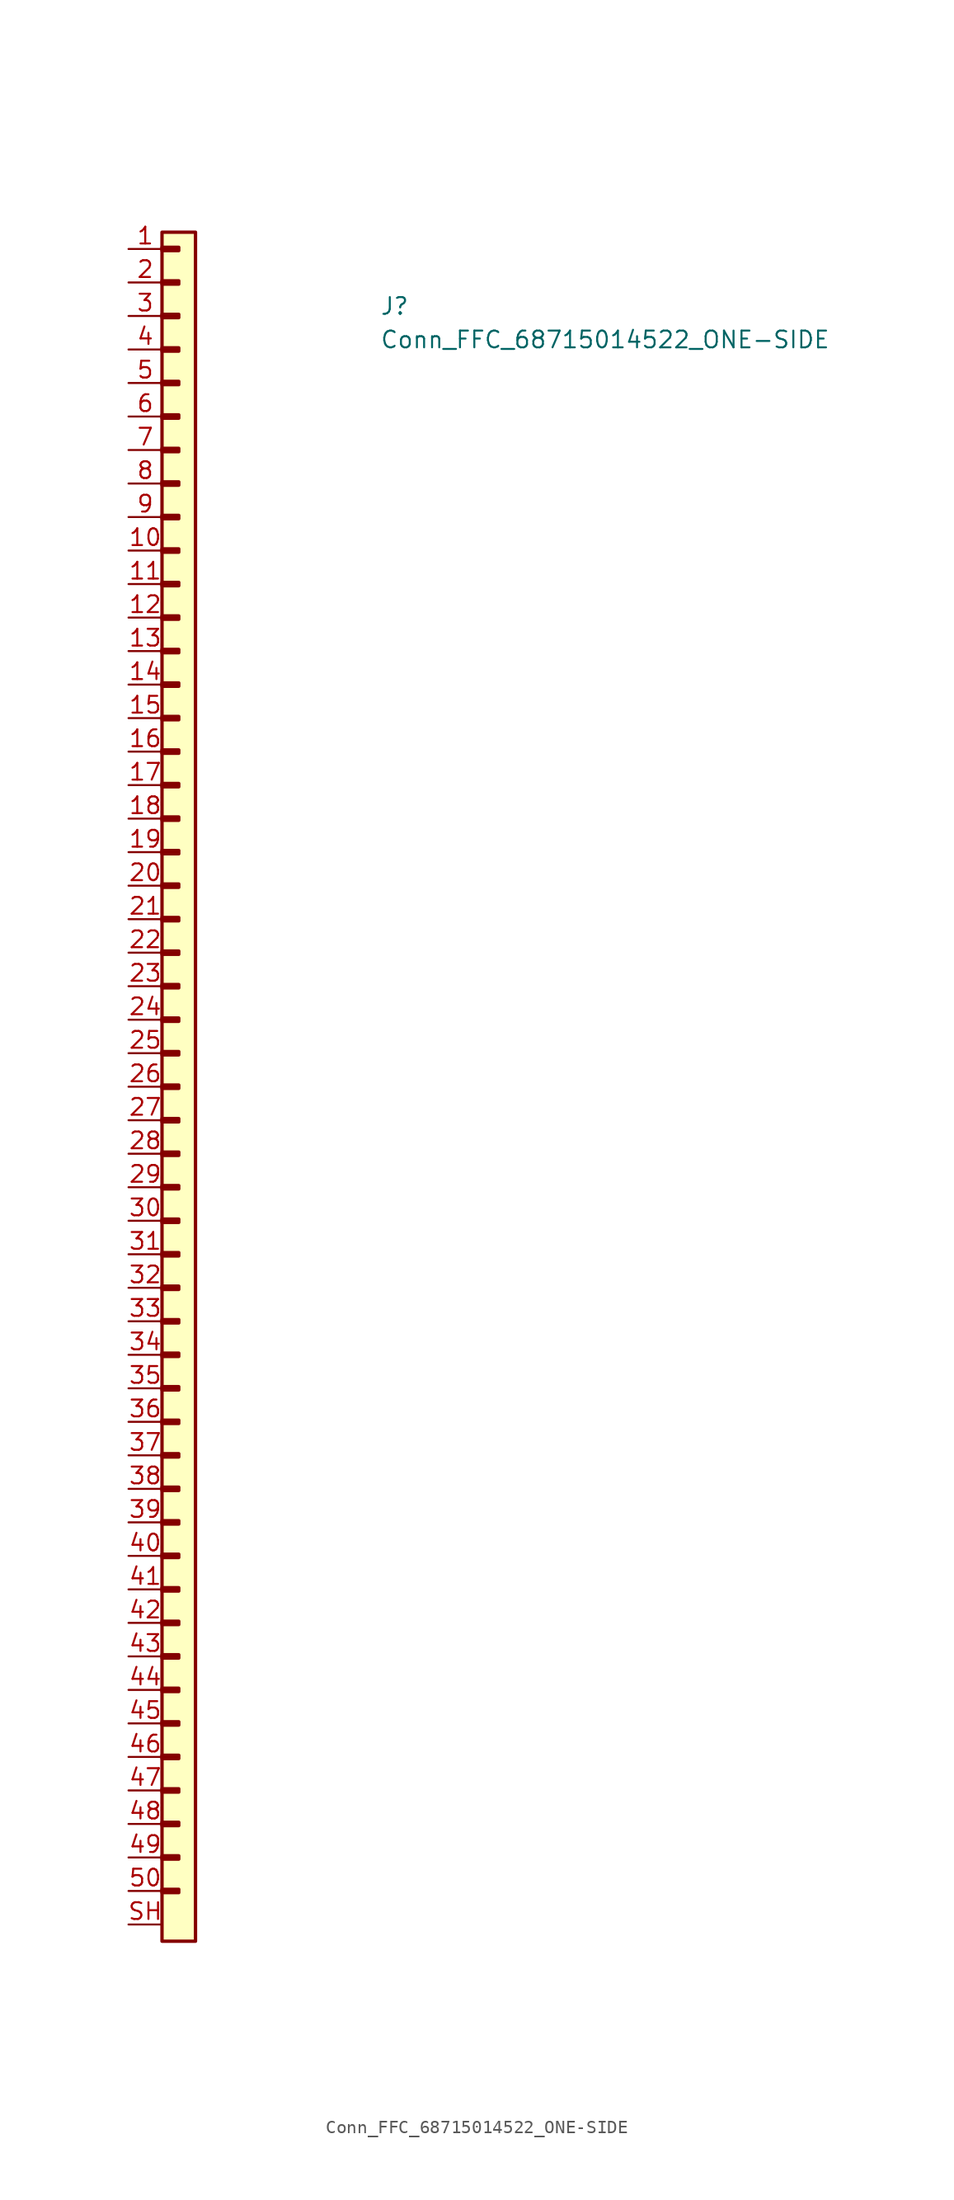
<source format=kicad_sym>
(kicad_symbol_lib
  (version 20211014)
  (generator kicad_symbol_editor)
  (symbol "Conn_FFC_68715014522_ONE-SIDE"
    (pin_names hide)
    (property "Reference" "J"
      (at 19.05 -5.08 0)
      (effects (font (size 1.27 1.27) (thickness 0.15)) (justify left bottom)))
    (property "Value" "Conn_FFC_68715014522_ONE-SIDE"
      (at 19.05 -7.62 0)
      (effects (font (size 1.27 1.27) (thickness 0.15)) (justify left bottom)))
    (symbol "Conn_FFC_68715014522_ONE-SIDE_1_1"
      (rectangle (start 2.54 -124.333) (end 3.81 -124.587) (stroke (width 0.254) (type default) (color 0 0 0 0)) (fill (type background)))
      (rectangle (start 2.54 -121.793) (end 3.81 -122.047) (stroke (width 0.254) (type default) (color 0 0 0 0)) (fill (type background)))
      (rectangle (start 2.54 -119.253) (end 3.81 -119.507) (stroke (width 0.254) (type default) (color 0 0 0 0)) (fill (type background)))
      (rectangle (start 2.54 -116.713) (end 3.81 -116.967) (stroke (width 0.254) (type default) (color 0 0 0 0)) (fill (type background)))
      (rectangle (start 2.54 -114.173) (end 3.81 -114.427) (stroke (width 0.254) (type default) (color 0 0 0 0)) (fill (type background)))
      (rectangle (start 2.54 -111.633) (end 3.81 -111.887) (stroke (width 0.254) (type default) (color 0 0 0 0)) (fill (type background)))
      (rectangle (start 2.54 -109.093) (end 3.81 -109.347) (stroke (width 0.254) (type default) (color 0 0 0 0)) (fill (type background)))
      (rectangle (start 2.54 -106.553) (end 3.81 -106.807) (stroke (width 0.254) (type default) (color 0 0 0 0)) (fill (type background)))
      (rectangle (start 2.54 -104.013) (end 3.81 -104.267) (stroke (width 0.254) (type default) (color 0 0 0 0)) (fill (type background)))
      (rectangle (start 2.54 -101.473) (end 3.81 -101.727) (stroke (width 0.254) (type default) (color 0 0 0 0)) (fill (type background)))
      (rectangle (start 2.54 -98.933) (end 3.81 -99.187) (stroke (width 0.254) (type default) (color 0 0 0 0)) (fill (type background)))
      (rectangle (start 2.54 -96.393) (end 3.81 -96.647) (stroke (width 0.254) (type default) (color 0 0 0 0)) (fill (type background)))
      (rectangle (start 2.54 -93.853) (end 3.81 -94.107) (stroke (width 0.254) (type default) (color 0 0 0 0)) (fill (type background)))
      (rectangle (start 2.54 -91.313) (end 3.81 -91.567) (stroke (width 0.254) (type default) (color 0 0 0 0)) (fill (type background)))
      (rectangle (start 2.54 -88.773) (end 3.81 -89.027) (stroke (width 0.254) (type default) (color 0 0 0 0)) (fill (type background)))
      (rectangle (start 2.54 -86.233) (end 3.81 -86.487) (stroke (width 0.254) (type default) (color 0 0 0 0)) (fill (type background)))
      (rectangle (start 2.54 -83.693) (end 3.81 -83.947) (stroke (width 0.254) (type default) (color 0 0 0 0)) (fill (type background)))
      (rectangle (start 2.54 -81.153) (end 3.81 -81.407) (stroke (width 0.254) (type default) (color 0 0 0 0)) (fill (type background)))
      (rectangle (start 2.54 -78.613) (end 3.81 -78.867) (stroke (width 0.254) (type default) (color 0 0 0 0)) (fill (type background)))
      (rectangle (start 2.54 -76.073) (end 3.81 -76.327) (stroke (width 0.254) (type default) (color 0 0 0 0)) (fill (type background)))
      (rectangle (start 2.54 -73.533) (end 3.81 -73.787) (stroke (width 0.254) (type default) (color 0 0 0 0)) (fill (type background)))
      (rectangle (start 2.54 -70.993) (end 3.81 -71.247) (stroke (width 0.254) (type default) (color 0 0 0 0)) (fill (type background)))
      (rectangle (start 2.54 -68.453) (end 3.81 -68.707) (stroke (width 0.254) (type default) (color 0 0 0 0)) (fill (type background)))
      (rectangle (start 2.54 -65.913) (end 3.81 -66.167) (stroke (width 0.254) (type default) (color 0 0 0 0)) (fill (type background)))
      (rectangle (start 2.54 -63.373) (end 3.81 -63.627) (stroke (width 0.254) (type default) (color 0 0 0 0)) (fill (type background)))
      (rectangle (start 2.54 -60.833) (end 3.81 -61.087) (stroke (width 0.254) (type default) (color 0 0 0 0)) (fill (type background)))
      (rectangle (start 2.54 -58.293) (end 3.81 -58.547) (stroke (width 0.254) (type default) (color 0 0 0 0)) (fill (type background)))
      (rectangle (start 2.54 -55.753) (end 3.81 -56.007) (stroke (width 0.254) (type default) (color 0 0 0 0)) (fill (type background)))
      (rectangle (start 2.54 -53.213) (end 3.81 -53.467) (stroke (width 0.254) (type default) (color 0 0 0 0)) (fill (type background)))
      (rectangle (start 2.54 -50.673) (end 3.81 -50.927) (stroke (width 0.254) (type default) (color 0 0 0 0)) (fill (type background)))
      (rectangle (start 2.54 -48.133) (end 3.81 -48.387) (stroke (width 0.254) (type default) (color 0 0 0 0)) (fill (type background)))
      (rectangle (start 2.54 -45.593) (end 3.81 -45.847) (stroke (width 0.254) (type default) (color 0 0 0 0)) (fill (type background)))
      (rectangle (start 2.54 -43.053) (end 3.81 -43.307) (stroke (width 0.254) (type default) (color 0 0 0 0)) (fill (type background)))
      (rectangle (start 2.54 -40.513) (end 3.81 -40.767) (stroke (width 0.254) (type default) (color 0 0 0 0)) (fill (type background)))
      (rectangle (start 2.54 -37.973) (end 3.81 -38.227) (stroke (width 0.254) (type default) (color 0 0 0 0)) (fill (type background)))
      (rectangle (start 2.54 -35.433) (end 3.81 -35.687) (stroke (width 0.254) (type default) (color 0 0 0 0)) (fill (type background)))
      (rectangle (start 2.54 -32.893) (end 3.81 -33.147) (stroke (width 0.254) (type default) (color 0 0 0 0)) (fill (type background)))
      (rectangle (start 2.54 -30.353) (end 3.81 -30.607) (stroke (width 0.254) (type default) (color 0 0 0 0)) (fill (type background)))
      (rectangle (start 2.54 -27.813) (end 3.81 -28.067) (stroke (width 0.254) (type default) (color 0 0 0 0)) (fill (type background)))
      (rectangle (start 2.54 -25.273) (end 3.81 -25.527) (stroke (width 0.254) (type default) (color 0 0 0 0)) (fill (type background)))
      (rectangle (start 2.54 -22.733) (end 3.81 -22.987) (stroke (width 0.254) (type default) (color 0 0 0 0)) (fill (type background)))
      (rectangle (start 2.54 -20.193) (end 3.81 -20.447) (stroke (width 0.254) (type default) (color 0 0 0 0)) (fill (type background)))
      (rectangle (start 2.54 -17.653) (end 3.81 -17.907) (stroke (width 0.254) (type default) (color 0 0 0 0)) (fill (type background)))
      (rectangle (start 2.54 -15.113) (end 3.81 -15.367) (stroke (width 0.254) (type default) (color 0 0 0 0)) (fill (type background)))
      (rectangle (start 2.54 -12.573) (end 3.81 -12.827) (stroke (width 0.254) (type default) (color 0 0 0 0)) (fill (type background)))
      (rectangle (start 2.54 -10.033) (end 3.81 -10.287) (stroke (width 0.254) (type default) (color 0 0 0 0)) (fill (type background)))
      (rectangle (start 2.54 -7.493) (end 3.81 -7.747) (stroke (width 0.254) (type default) (color 0 0 0 0)) (fill (type background)))
      (rectangle (start 2.54 -4.953) (end 3.81 -5.207) (stroke (width 0.254) (type default) (color 0 0 0 0)) (fill (type background)))
      (rectangle (start 2.54 -2.413) (end 3.81 -2.667) (stroke (width 0.254) (type default) (color 0 0 0 0)) (fill (type background)))
      (rectangle (start 2.54 0.127) (end 3.81 -0.127) (stroke (width 0.254) (type default) (color 0 0 0 0)) (fill (type background)))
      (rectangle (start 2.54 1.27) (end 5.08 -128.27) (stroke (width 0.254) (type default) (color 0 0 0 0)) (fill (type background)))
      (pin passive line (at 0 0 0) (length 2.54) (name "~" (effects (font (size 1.27 1.27)))) (number "1" (effects (font (size 1.27 1.27)))))
      (pin passive line (at 0 -22.86 0) (length 2.54) (name "~" (effects (font (size 1.27 1.27)))) (number "10" (effects (font (size 1.27 1.27)))))
      (pin passive line (at 0 -25.4 0) (length 2.54) (name "~" (effects (font (size 1.27 1.27)))) (number "11" (effects (font (size 1.27 1.27)))))
      (pin passive line (at 0 -27.94 0) (length 2.54) (name "~" (effects (font (size 1.27 1.27)))) (number "12" (effects (font (size 1.27 1.27)))))
      (pin passive line (at 0 -30.48 0) (length 2.54) (name "~" (effects (font (size 1.27 1.27)))) (number "13" (effects (font (size 1.27 1.27)))))
      (pin passive line (at 0 -33.02 0) (length 2.54) (name "~" (effects (font (size 1.27 1.27)))) (number "14" (effects (font (size 1.27 1.27)))))
      (pin passive line (at 0 -35.56 0) (length 2.54) (name "~" (effects (font (size 1.27 1.27)))) (number "15" (effects (font (size 1.27 1.27)))))
      (pin passive line (at 0 -38.1 0) (length 2.54) (name "~" (effects (font (size 1.27 1.27)))) (number "16" (effects (font (size 1.27 1.27)))))
      (pin passive line (at 0 -40.64 0) (length 2.54) (name "~" (effects (font (size 1.27 1.27)))) (number "17" (effects (font (size 1.27 1.27)))))
      (pin passive line (at 0 -43.18 0) (length 2.54) (name "~" (effects (font (size 1.27 1.27)))) (number "18" (effects (font (size 1.27 1.27)))))
      (pin passive line (at 0 -45.72 0) (length 2.54) (name "~" (effects (font (size 1.27 1.27)))) (number "19" (effects (font (size 1.27 1.27)))))
      (pin passive line (at 0 -2.54 0) (length 2.54) (name "~" (effects (font (size 1.27 1.27)))) (number "2" (effects (font (size 1.27 1.27)))))
      (pin passive line (at 0 -48.26 0) (length 2.54) (name "~" (effects (font (size 1.27 1.27)))) (number "20" (effects (font (size 1.27 1.27)))))
      (pin passive line (at 0 -50.8 0) (length 2.54) (name "~" (effects (font (size 1.27 1.27)))) (number "21" (effects (font (size 1.27 1.27)))))
      (pin passive line (at 0 -53.34 0) (length 2.54) (name "~" (effects (font (size 1.27 1.27)))) (number "22" (effects (font (size 1.27 1.27)))))
      (pin passive line (at 0 -55.88 0) (length 2.54) (name "~" (effects (font (size 1.27 1.27)))) (number "23" (effects (font (size 1.27 1.27)))))
      (pin passive line (at 0 -58.42 0) (length 2.54) (name "~" (effects (font (size 1.27 1.27)))) (number "24" (effects (font (size 1.27 1.27)))))
      (pin passive line (at 0 -60.96 0) (length 2.54) (name "~" (effects (font (size 1.27 1.27)))) (number "25" (effects (font (size 1.27 1.27)))))
      (pin passive line (at 0 -63.5 0) (length 2.54) (name "~" (effects (font (size 1.27 1.27)))) (number "26" (effects (font (size 1.27 1.27)))))
      (pin passive line (at 0 -66.04 0) (length 2.54) (name "~" (effects (font (size 1.27 1.27)))) (number "27" (effects (font (size 1.27 1.27)))))
      (pin passive line (at 0 -68.58 0) (length 2.54) (name "~" (effects (font (size 1.27 1.27)))) (number "28" (effects (font (size 1.27 1.27)))))
      (pin passive line (at 0 -71.12 0) (length 2.54) (name "~" (effects (font (size 1.27 1.27)))) (number "29" (effects (font (size 1.27 1.27)))))
      (pin passive line (at 0 -5.08 0) (length 2.54) (name "~" (effects (font (size 1.27 1.27)))) (number "3" (effects (font (size 1.27 1.27)))))
      (pin passive line (at 0 -73.66 0) (length 2.54) (name "~" (effects (font (size 1.27 1.27)))) (number "30" (effects (font (size 1.27 1.27)))))
      (pin passive line (at 0 -76.2 0) (length 2.54) (name "~" (effects (font (size 1.27 1.27)))) (number "31" (effects (font (size 1.27 1.27)))))
      (pin passive line (at 0 -78.74 0) (length 2.54) (name "~" (effects (font (size 1.27 1.27)))) (number "32" (effects (font (size 1.27 1.27)))))
      (pin passive line (at 0 -81.28 0) (length 2.54) (name "~" (effects (font (size 1.27 1.27)))) (number "33" (effects (font (size 1.27 1.27)))))
      (pin passive line (at 0 -83.82 0) (length 2.54) (name "~" (effects (font (size 1.27 1.27)))) (number "34" (effects (font (size 1.27 1.27)))))
      (pin passive line (at 0 -86.36 0) (length 2.54) (name "~" (effects (font (size 1.27 1.27)))) (number "35" (effects (font (size 1.27 1.27)))))
      (pin passive line (at 0 -88.9 0) (length 2.54) (name "~" (effects (font (size 1.27 1.27)))) (number "36" (effects (font (size 1.27 1.27)))))
      (pin passive line (at 0 -91.44 0) (length 2.54) (name "~" (effects (font (size 1.27 1.27)))) (number "37" (effects (font (size 1.27 1.27)))))
      (pin passive line (at 0 -93.98 0) (length 2.54) (name "~" (effects (font (size 1.27 1.27)))) (number "38" (effects (font (size 1.27 1.27)))))
      (pin passive line (at 0 -96.52 0) (length 2.54) (name "~" (effects (font (size 1.27 1.27)))) (number "39" (effects (font (size 1.27 1.27)))))
      (pin passive line (at 0 -7.62 0) (length 2.54) (name "~" (effects (font (size 1.27 1.27)))) (number "4" (effects (font (size 1.27 1.27)))))
      (pin passive line (at 0 -99.06 0) (length 2.54) (name "~" (effects (font (size 1.27 1.27)))) (number "40" (effects (font (size 1.27 1.27)))))
      (pin passive line (at 0 -101.6 0) (length 2.54) (name "~" (effects (font (size 1.27 1.27)))) (number "41" (effects (font (size 1.27 1.27)))))
      (pin passive line (at 0 -104.14 0) (length 2.54) (name "~" (effects (font (size 1.27 1.27)))) (number "42" (effects (font (size 1.27 1.27)))))
      (pin passive line (at 0 -106.68 0) (length 2.54) (name "~" (effects (font (size 1.27 1.27)))) (number "43" (effects (font (size 1.27 1.27)))))
      (pin passive line (at 0 -109.22 0) (length 2.54) (name "~" (effects (font (size 1.27 1.27)))) (number "44" (effects (font (size 1.27 1.27)))))
      (pin passive line (at 0 -111.76 0) (length 2.54) (name "~" (effects (font (size 1.27 1.27)))) (number "45" (effects (font (size 1.27 1.27)))))
      (pin passive line (at 0 -114.3 0) (length 2.54) (name "~" (effects (font (size 1.27 1.27)))) (number "46" (effects (font (size 1.27 1.27)))))
      (pin passive line (at 0 -116.84 0) (length 2.54) (name "~" (effects (font (size 1.27 1.27)))) (number "47" (effects (font (size 1.27 1.27)))))
      (pin passive line (at 0 -119.38 0) (length 2.54) (name "~" (effects (font (size 1.27 1.27)))) (number "48" (effects (font (size 1.27 1.27)))))
      (pin passive line (at 0 -121.92 0) (length 2.54) (name "~" (effects (font (size 1.27 1.27)))) (number "49" (effects (font (size 1.27 1.27)))))
      (pin passive line (at 0 -10.16 0) (length 2.54) (name "~" (effects (font (size 1.27 1.27)))) (number "5" (effects (font (size 1.27 1.27)))))
      (pin passive line (at 0 -124.46 0) (length 2.54) (name "~" (effects (font (size 1.27 1.27)))) (number "50" (effects (font (size 1.27 1.27)))))
      (pin passive line (at 0 -12.7 0) (length 2.54) (name "~" (effects (font (size 1.27 1.27)))) (number "6" (effects (font (size 1.27 1.27)))))
      (pin passive line (at 0 -15.24 0) (length 2.54) (name "~" (effects (font (size 1.27 1.27)))) (number "7" (effects (font (size 1.27 1.27)))))
      (pin passive line (at 0 -17.78 0) (length 2.54) (name "~" (effects (font (size 1.27 1.27)))) (number "8" (effects (font (size 1.27 1.27)))))
      (pin passive line (at 0 -20.32 0) (length 2.54) (name "~" (effects (font (size 1.27 1.27)))) (number "9" (effects (font (size 1.27 1.27)))))
      (pin passive line (at 0 -127 0) (length 2.54) (name "~" (effects (font (size 1.27 1.27)))) (number "SH" (effects (font (size 1.27 1.27))))))))
</source>
